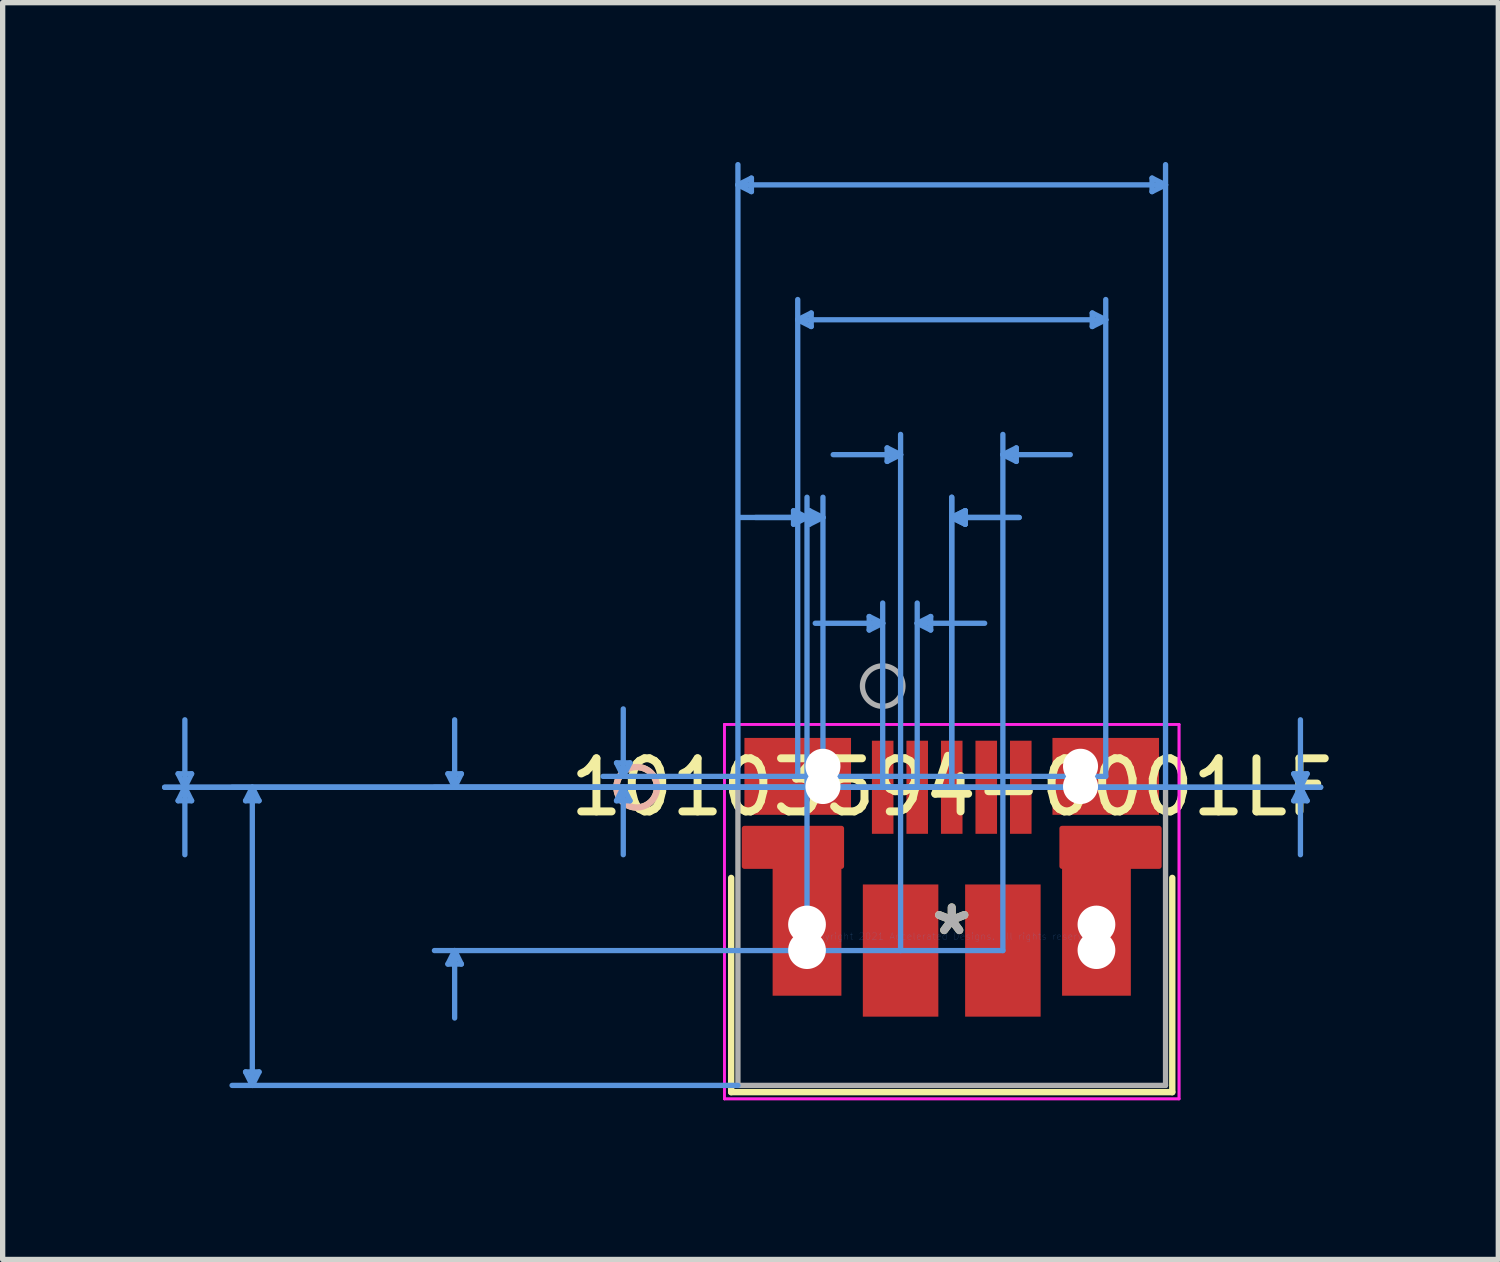
<source format=kicad_pcb>
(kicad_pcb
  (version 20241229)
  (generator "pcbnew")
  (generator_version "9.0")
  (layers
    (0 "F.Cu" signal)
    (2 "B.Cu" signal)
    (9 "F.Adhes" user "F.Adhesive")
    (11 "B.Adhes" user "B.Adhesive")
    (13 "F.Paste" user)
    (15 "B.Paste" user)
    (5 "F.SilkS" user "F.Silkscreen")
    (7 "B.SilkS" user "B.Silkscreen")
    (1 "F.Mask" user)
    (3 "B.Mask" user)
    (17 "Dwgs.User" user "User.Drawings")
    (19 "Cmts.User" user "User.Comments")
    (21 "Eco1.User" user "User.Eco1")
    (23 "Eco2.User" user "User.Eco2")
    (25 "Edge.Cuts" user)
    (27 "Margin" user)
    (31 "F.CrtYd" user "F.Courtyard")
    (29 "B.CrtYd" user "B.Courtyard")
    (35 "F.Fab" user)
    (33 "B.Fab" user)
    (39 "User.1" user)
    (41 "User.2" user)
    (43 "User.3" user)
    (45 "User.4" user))
  (footprint "10103594-0001LF"
    (layer "F.Cu")
    (at 14.871 14.581)
    (property "Reference" "10103594-0001LF" (at 0 -2.807 0) (layer "F.SilkS") (effects (font (size 1 1) (thickness 0.15))))
    (attr through_hole)
    (fp_poly (pts (xy -3.903 -2.031) (xy -3.903 -1.32) (xy -2.077 -1.32) (xy -2.077 -2.031)) (stroke (width 0.1) (type solid)) (fill yes) (layer "F.Cu"))
    (fp_poly (pts (xy 3.903 -2.031) (xy 3.903 -1.32) (xy 2.077 -1.32) (xy 2.077 -2.031)) (stroke (width 0.1) (type solid)) (fill yes) (layer "F.Cu"))
    (fp_poly (pts (xy -3.903 -2.031) (xy -3.903 -1.32) (xy -2.077 -1.32) (xy -2.077 -2.031)) (stroke (width 0.1) (type solid)) (fill yes) (layer "F.Mask"))
    (fp_poly (pts (xy 3.903 -2.031) (xy 3.903 -1.32) (xy 2.077 -1.32) (xy 2.077 -2.031)) (stroke (width 0.1) (type solid)) (fill yes) (layer "F.Mask"))
    (fp_line (start -4.153 -1.1) (end -4.153 2.934) (stroke (width 0.12) (type solid)) (layer "F.SilkS"))
    (fp_line (start -4.153 2.934) (end 4.153 2.934) (stroke (width 0.12) (type solid)) (layer "F.SilkS"))
    (fp_line (start 4.153 2.934) (end 4.153 -1.1) (stroke (width 0.12) (type solid)) (layer "F.SilkS"))
    (fp_circle (center -5.931 -2.807) (end -5.55 -2.807) (stroke (width 0.12) (type solid)) (fill no) (layer "F.SilkS"))
    (fp_circle (center -5.931 -2.807) (end -5.55 -2.807) (stroke (width 0.12) (type solid)) (fill no) (layer "B.SilkS"))
    (fp_poly (pts (xy -3.903 -2.031) (xy -3.903 -1.32) (xy -2.077 -1.32) (xy -2.077 -2.031)) (stroke (width 0.1) (type solid)) (fill yes) (layer "F.Paste"))
    (fp_poly (pts (xy 3.903 -2.031) (xy 3.903 -1.32) (xy 2.077 -1.32) (xy 2.077 -2.031)) (stroke (width 0.1) (type solid)) (fill yes) (layer "F.Paste"))
    (fp_line (start -14.567 -3.061) (end -14.313 -3.061) (stroke (width 0.1) (type solid)) (layer "Cmts.User"))
    (fp_line (start -14.567 -2.553) (end -14.313 -2.553) (stroke (width 0.1) (type solid)) (layer "Cmts.User"))
    (fp_line (start -14.44 -2.807) (end -14.567 -3.061) (stroke (width 0.1) (type solid)) (layer "Cmts.User"))
    (fp_line (start -14.44 -2.807) (end -14.567 -2.553) (stroke (width 0.1) (type solid)) (layer "Cmts.User"))
    (fp_line (start -14.44 -2.807) (end -14.44 -4.077) (stroke (width 0.1) (type solid)) (layer "Cmts.User"))
    (fp_line (start -14.44 -2.807) (end -14.44 -1.537) (stroke (width 0.1) (type solid)) (layer "Cmts.User"))
    (fp_line (start -14.44 -2.807) (end -14.313 -3.061) (stroke (width 0.1) (type solid)) (layer "Cmts.User"))
    (fp_line (start -14.44 -2.807) (end -14.313 -2.553) (stroke (width 0.1) (type solid)) (layer "Cmts.User"))
    (fp_line (start -13.297 -2.553) (end -13.043 -2.553) (stroke (width 0.1) (type solid)) (layer "Cmts.User"))
    (fp_line (start -13.297 2.553) (end -13.043 2.553) (stroke (width 0.1) (type solid)) (layer "Cmts.User"))
    (fp_line (start -13.17 -2.807) (end -13.297 -2.553) (stroke (width 0.1) (type solid)) (layer "Cmts.User"))
    (fp_line (start -13.17 -2.807) (end -13.17 2.807) (stroke (width 0.1) (type solid)) (layer "Cmts.User"))
    (fp_line (start -13.17 -2.807) (end -13.043 -2.553) (stroke (width 0.1) (type solid)) (layer "Cmts.User"))
    (fp_line (start -13.17 2.807) (end -13.297 2.553) (stroke (width 0.1) (type solid)) (layer "Cmts.User"))
    (fp_line (start -13.17 2.807) (end -13.043 2.553) (stroke (width 0.1) (type solid)) (layer "Cmts.User"))
    (fp_line (start -9.487 -3.061) (end -9.233 -3.061) (stroke (width 0.1) (type solid)) (layer "Cmts.User"))
    (fp_line (start -9.487 0.522) (end -9.233 0.522) (stroke (width 0.1) (type solid)) (layer "Cmts.User"))
    (fp_line (start -9.36 -2.807) (end -9.487 -3.061) (stroke (width 0.1) (type solid)) (layer "Cmts.User"))
    (fp_line (start -9.36 -2.807) (end -9.36 -4.077) (stroke (width 0.1) (type solid)) (layer "Cmts.User"))
    (fp_line (start -9.36 -2.807) (end -9.233 -3.061) (stroke (width 0.1) (type solid)) (layer "Cmts.User"))
    (fp_line (start -9.36 0.268) (end -9.487 0.522) (stroke (width 0.1) (type solid)) (layer "Cmts.User"))
    (fp_line (start -9.36 0.268) (end -9.36 1.538) (stroke (width 0.1) (type solid)) (layer "Cmts.User"))
    (fp_line (start -9.36 0.268) (end -9.233 0.522) (stroke (width 0.1) (type solid)) (layer "Cmts.User"))
    (fp_line (start -6.312 -3.266) (end -6.058 -3.266) (stroke (width 0.1) (type solid)) (layer "Cmts.User"))
    (fp_line (start -6.312 -2.553) (end -6.058 -2.553) (stroke (width 0.1) (type solid)) (layer "Cmts.User"))
    (fp_line (start -6.185 -3.012) (end -6.312 -3.266) (stroke (width 0.1) (type solid)) (layer "Cmts.User"))
    (fp_line (start -6.185 -3.012) (end -6.185 -4.282) (stroke (width 0.1) (type solid)) (layer "Cmts.User"))
    (fp_line (start -6.185 -3.012) (end -6.058 -3.266) (stroke (width 0.1) (type solid)) (layer "Cmts.User"))
    (fp_line (start -6.185 -2.807) (end -6.312 -2.553) (stroke (width 0.1) (type solid)) (layer "Cmts.User"))
    (fp_line (start -6.185 -2.807) (end -6.185 -1.537) (stroke (width 0.1) (type solid)) (layer "Cmts.User"))
    (fp_line (start -6.185 -2.807) (end -6.058 -2.553) (stroke (width 0.1) (type solid)) (layer "Cmts.User"))
    (fp_line (start -4.026 -14.15) (end -3.772 -14.277) (stroke (width 0.1) (type solid)) (layer "Cmts.User"))
    (fp_line (start -4.026 -14.15) (end -3.772 -14.023) (stroke (width 0.1) (type solid)) (layer "Cmts.User"))
    (fp_line (start -4.026 -14.15) (end 4.026 -14.15) (stroke (width 0.1) (type solid)) (layer "Cmts.User"))
    (fp_line (start -4.026 -2.807) (end -14.821 -2.807) (stroke (width 0.1) (type solid)) (layer "Cmts.User"))
    (fp_line (start -4.026 -2.807) (end -13.551 -2.807) (stroke (width 0.1) (type solid)) (layer "Cmts.User"))
    (fp_line (start -4.026 -2.807) (end -4.026 -14.531) (stroke (width 0.1) (type solid)) (layer "Cmts.User"))
    (fp_line (start -4.026 2.807) (end -13.551 2.807) (stroke (width 0.1) (type solid)) (layer "Cmts.User"))
    (fp_line (start -3.772 -14.277) (end -3.772 -14.023) (stroke (width 0.1) (type solid)) (layer "Cmts.User"))
    (fp_line (start -2.979 -8.014) (end -2.979 -7.76) (stroke (width 0.1) (type solid)) (layer "Cmts.User"))
    (fp_line (start -2.9 -11.61) (end -2.646 -11.737) (stroke (width 0.1) (type solid)) (layer "Cmts.User"))
    (fp_line (start -2.9 -11.61) (end -2.646 -11.483) (stroke (width 0.1) (type solid)) (layer "Cmts.User"))
    (fp_line (start -2.9 -11.61) (end 2.9 -11.61) (stroke (width 0.1) (type solid)) (layer "Cmts.User"))
    (fp_line (start -2.9 -3.012) (end -2.9 -11.991) (stroke (width 0.1) (type solid)) (layer "Cmts.User"))
    (fp_line (start -2.725 -7.887) (end -3.995 -7.887) (stroke (width 0.1) (type solid)) (layer "Cmts.User"))
    (fp_line (start -2.725 -7.887) (end -2.979 -8.014) (stroke (width 0.1) (type solid)) (layer "Cmts.User"))
    (fp_line (start -2.725 -7.887) (end -2.979 -7.76) (stroke (width 0.1) (type solid)) (layer "Cmts.User"))
    (fp_line (start -2.725 0.018) (end -2.725 -8.268) (stroke (width 0.1) (type solid)) (layer "Cmts.User"))
    (fp_line (start -2.679 -8.014) (end -2.679 -7.76) (stroke (width 0.1) (type solid)) (layer "Cmts.User"))
    (fp_line (start -2.646 -11.737) (end -2.646 -11.483) (stroke (width 0.1) (type solid)) (layer "Cmts.User"))
    (fp_line (start -2.425 -7.887) (end -3.695 -7.887) (stroke (width 0.1) (type solid)) (layer "Cmts.User"))
    (fp_line (start -2.425 -7.887) (end -2.679 -8.014) (stroke (width 0.1) (type solid)) (layer "Cmts.User"))
    (fp_line (start -2.425 -7.887) (end -2.679 -7.76) (stroke (width 0.1) (type solid)) (layer "Cmts.User"))
    (fp_line (start -2.425 -3.012) (end -2.425 -8.268) (stroke (width 0.1) (type solid)) (layer "Cmts.User"))
    (fp_line (start -1.554 -6.022) (end -1.554 -5.768) (stroke (width 0.1) (type solid)) (layer "Cmts.User"))
    (fp_line (start -1.3 -5.895) (end -2.57 -5.895) (stroke (width 0.1) (type solid)) (layer "Cmts.User"))
    (fp_line (start -1.3 -5.895) (end -1.554 -6.022) (stroke (width 0.1) (type solid)) (layer "Cmts.User"))
    (fp_line (start -1.3 -5.895) (end -1.554 -5.768) (stroke (width 0.1) (type solid)) (layer "Cmts.User"))
    (fp_line (start -1.3 -2.807) (end -1.3 -6.276) (stroke (width 0.1) (type solid)) (layer "Cmts.User"))
    (fp_line (start -1.3 -2.807) (end 6.947 -2.807) (stroke (width 0.1) (type solid)) (layer "Cmts.User"))
    (fp_line (start -1.3 -2.807) (end 6.947 -2.807) (stroke (width 0.1) (type solid)) (layer "Cmts.User"))
    (fp_line (start -1.216 -9.197) (end -1.216 -8.943) (stroke (width 0.1) (type solid)) (layer "Cmts.User"))
    (fp_line (start -0.963 -9.07) (end -2.232 -9.07) (stroke (width 0.1) (type solid)) (layer "Cmts.User"))
    (fp_line (start -0.963 -9.07) (end -1.216 -9.197) (stroke (width 0.1) (type solid)) (layer "Cmts.User"))
    (fp_line (start -0.963 -9.07) (end -1.216 -8.943) (stroke (width 0.1) (type solid)) (layer "Cmts.User"))
    (fp_line (start -0.963 0.268) (end -0.963 -9.451) (stroke (width 0.1) (type solid)) (layer "Cmts.User"))
    (fp_line (start -0.65 -5.895) (end -0.396 -6.022) (stroke (width 0.1) (type solid)) (layer "Cmts.User"))
    (fp_line (start -0.65 -5.895) (end -0.396 -5.768) (stroke (width 0.1) (type solid)) (layer "Cmts.User"))
    (fp_line (start -0.65 -5.895) (end 0.62 -5.895) (stroke (width 0.1) (type solid)) (layer "Cmts.User"))
    (fp_line (start -0.65 -2.807) (end -0.65 -6.276) (stroke (width 0.1) (type solid)) (layer "Cmts.User"))
    (fp_line (start -0.396 -6.022) (end -0.396 -5.768) (stroke (width 0.1) (type solid)) (layer "Cmts.User"))
    (fp_line (start 0 -7.887) (end 0.254 -8.014) (stroke (width 0.1) (type solid)) (layer "Cmts.User"))
    (fp_line (start 0 -7.887) (end 0.254 -8.014) (stroke (width 0.1) (type solid)) (layer "Cmts.User"))
    (fp_line (start 0 -7.887) (end 0.254 -7.76) (stroke (width 0.1) (type solid)) (layer "Cmts.User"))
    (fp_line (start 0 -7.887) (end 0.254 -7.76) (stroke (width 0.1) (type solid)) (layer "Cmts.User"))
    (fp_line (start 0 -7.887) (end 1.27 -7.887) (stroke (width 0.1) (type solid)) (layer "Cmts.User"))
    (fp_line (start 0 -7.887) (end 1.27 -7.887) (stroke (width 0.1) (type solid)) (layer "Cmts.User"))
    (fp_line (start 0 -2.807) (end -14.821 -2.807) (stroke (width 0.1) (type solid)) (layer "Cmts.User"))
    (fp_line (start 0 -2.807) (end -9.741 -2.807) (stroke (width 0.1) (type solid)) (layer "Cmts.User"))
    (fp_line (start 0 -2.807) (end -6.566 -2.807) (stroke (width 0.1) (type solid)) (layer "Cmts.User"))
    (fp_line (start 0 -2.807) (end 0 -8.268) (stroke (width 0.1) (type solid)) (layer "Cmts.User"))
    (fp_line (start 0 -2.807) (end 0 -8.268) (stroke (width 0.1) (type solid)) (layer "Cmts.User"))
    (fp_line (start 0.254 -8.014) (end 0.254 -7.76) (stroke (width 0.1) (type solid)) (layer "Cmts.User"))
    (fp_line (start 0.254 -8.014) (end 0.254 -7.76) (stroke (width 0.1) (type solid)) (layer "Cmts.User"))
    (fp_line (start 0.963 -9.07) (end 1.216 -9.197) (stroke (width 0.1) (type solid)) (layer "Cmts.User"))
    (fp_line (start 0.963 -9.07) (end 1.216 -8.943) (stroke (width 0.1) (type solid)) (layer "Cmts.User"))
    (fp_line (start 0.963 -9.07) (end 2.232 -9.07) (stroke (width 0.1) (type solid)) (layer "Cmts.User"))
    (fp_line (start 0.963 0.268) (end -9.741 0.268) (stroke (width 0.1) (type solid)) (layer "Cmts.User"))
    (fp_line (start 0.963 0.268) (end 0.963 -9.451) (stroke (width 0.1) (type solid)) (layer "Cmts.User"))
    (fp_line (start 1.216 -9.197) (end 1.216 -8.943) (stroke (width 0.1) (type solid)) (layer "Cmts.User"))
    (fp_line (start 2.646 -11.737) (end 2.646 -11.483) (stroke (width 0.1) (type solid)) (layer "Cmts.User"))
    (fp_line (start 2.9 -11.61) (end 2.646 -11.737) (stroke (width 0.1) (type solid)) (layer "Cmts.User"))
    (fp_line (start 2.9 -11.61) (end 2.646 -11.483) (stroke (width 0.1) (type solid)) (layer "Cmts.User"))
    (fp_line (start 2.9 -3.012) (end -6.566 -3.012) (stroke (width 0.1) (type solid)) (layer "Cmts.User"))
    (fp_line (start 2.9 -3.012) (end 2.9 -11.991) (stroke (width 0.1) (type solid)) (layer "Cmts.User"))
    (fp_line (start 3.772 -14.277) (end 3.772 -14.023) (stroke (width 0.1) (type solid)) (layer "Cmts.User"))
    (fp_line (start 4.026 -14.15) (end 3.772 -14.277) (stroke (width 0.1) (type solid)) (layer "Cmts.User"))
    (fp_line (start 4.026 -14.15) (end 3.772 -14.023) (stroke (width 0.1) (type solid)) (layer "Cmts.User"))
    (fp_line (start 4.026 -2.807) (end 4.026 -14.531) (stroke (width 0.1) (type solid)) (layer "Cmts.User"))
    (fp_line (start 6.439 -3.061) (end 6.693 -3.061) (stroke (width 0.1) (type solid)) (layer "Cmts.User"))
    (fp_line (start 6.439 -2.553) (end 6.693 -2.553) (stroke (width 0.1) (type solid)) (layer "Cmts.User"))
    (fp_line (start 6.566 -2.807) (end 6.439 -3.061) (stroke (width 0.1) (type solid)) (layer "Cmts.User"))
    (fp_line (start 6.566 -2.807) (end 6.439 -2.553) (stroke (width 0.1) (type solid)) (layer "Cmts.User"))
    (fp_line (start 6.566 -2.807) (end 6.566 -4.077) (stroke (width 0.1) (type solid)) (layer "Cmts.User"))
    (fp_line (start 6.566 -2.807) (end 6.566 -1.537) (stroke (width 0.1) (type solid)) (layer "Cmts.User"))
    (fp_line (start 6.566 -2.807) (end 6.693 -3.061) (stroke (width 0.1) (type solid)) (layer "Cmts.User"))
    (fp_line (start 6.566 -2.807) (end 6.693 -2.553) (stroke (width 0.1) (type solid)) (layer "Cmts.User"))
    (fp_line (start -4.28 -3.99) (end -4.28 3.061) (stroke (width 0.05) (type solid)) (layer "F.CrtYd"))
    (fp_line (start -4.28 -3.99) (end -4.28 3.061) (stroke (width 0.05) (type solid)) (layer "F.CrtYd"))
    (fp_line (start -4.28 3.061) (end 4.28 3.061) (stroke (width 0.05) (type solid)) (layer "F.CrtYd"))
    (fp_line (start -4.28 3.061) (end 4.28 3.061) (stroke (width 0.05) (type solid)) (layer "F.CrtYd"))
    (fp_line (start 4.28 -3.99) (end -4.28 -3.99) (stroke (width 0.05) (type solid)) (layer "F.CrtYd"))
    (fp_line (start 4.28 -3.99) (end -4.28 -3.99) (stroke (width 0.05) (type solid)) (layer "F.CrtYd"))
    (fp_line (start 4.28 3.061) (end 4.28 -3.99) (stroke (width 0.05) (type solid)) (layer "F.CrtYd"))
    (fp_line (start 4.28 3.061) (end 4.28 -3.99) (stroke (width 0.05) (type solid)) (layer "F.CrtYd"))
    (fp_line (start -4.026 -2.807) (end -4.026 2.807) (stroke (width 0.1) (type solid)) (layer "F.Fab"))
    (fp_line (start -4.026 2.807) (end 4.026 2.807) (stroke (width 0.1) (type solid)) (layer "F.Fab"))
    (fp_line (start 4.026 -2.807) (end -4.026 -2.807) (stroke (width 0.1) (type solid)) (layer "F.Fab"))
    (fp_line (start 4.026 2.807) (end 4.026 -2.807) (stroke (width 0.1) (type solid)) (layer "F.Fab"))
    (fp_circle (center -1.3 -4.712) (end -0.919 -4.712) (stroke (width 0.1) (type solid)) (fill no) (layer "F.Fab"))
    (fp_text user "*" (at 0 0 0) (layer "F.SilkS") (effects (font (size 1 1) (thickness 0.15))))
    (fp_text user "Copyright 2021 Accelerated Designs. All rights reserved." (at 0 0 0) (layer "Cmts.User") (effects (font (size 0.127 0.127) (thickness 0.002))))
    (fp_text user "*" (at 0 0 0) (layer "F.Fab") (effects (font (size 1 1) (thickness 0.15))))
    (pad "" np_thru_hole circle (at -2.725 -0.223) (size 0.711 0.711) (drill 0.711) (layers "*.Cu" "*.Mask"))
    (pad "" np_thru_hole circle (at -2.725 0.26) (size 0.711 0.711) (drill 0.711) (layers "*.Cu" "*.Mask"))
    (pad "" np_thru_hole circle (at -2.425 -3.202) (size 0.66 0.66) (drill 0.66) (layers "*.Cu" "*.Mask"))
    (pad "" np_thru_hole circle (at -2.425 -2.821) (size 0.66 0.66) (drill 0.66) (layers "*.Cu" "*.Mask"))
    (pad "" np_thru_hole circle (at 2.425 -3.202) (size 0.66 0.66) (drill 0.66) (layers "*.Cu" "*.Mask"))
    (pad "" np_thru_hole circle (at 2.425 -2.821) (size 0.66 0.66) (drill 0.66) (layers "*.Cu" "*.Mask"))
    (pad "" np_thru_hole circle (at 2.725 -0.223) (size 0.711 0.711) (drill 0.711) (layers "*.Cu" "*.Mask"))
    (pad "" np_thru_hole circle (at 2.725 0.26) (size 0.711 0.711) (drill 0.711) (layers "*.Cu" "*.Mask"))
    (pad "1" smd rect (at -1.3 -2.807) (size 0.406 1.753) (layers "F.Cu" "F.Mask" "F.Paste"))
    (pad "2" smd rect (at -0.65 -2.807) (size 0.406 1.753) (layers "F.Cu" "F.Mask" "F.Paste"))
    (pad "3" smd rect (at 0 -2.807) (size 0.406 1.753) (layers "F.Cu" "F.Mask" "F.Paste"))
    (pad "4" smd rect (at 0.65 -2.807) (size 0.406 1.753) (layers "F.Cu" "F.Mask" "F.Paste"))
    (pad "5" smd rect (at 1.3 -2.807) (size 0.406 1.753) (layers "F.Cu" "F.Mask" "F.Paste"))
    (pad "6" smd rect (at -2.9 -3.012) (size 2.007 1.448) (layers "F.Cu" "F.Mask" "F.Paste"))
    (pad "7" smd rect (at 2.9 -3.012) (size 2.007 1.448) (layers "F.Cu" "F.Mask" "F.Paste"))
    (pad "8" smd rect (at -0.963 0.268) (size 1.422 2.489) (layers "F.Cu" "F.Mask" "F.Paste"))
    (pad "9" smd rect (at 0.963 0.268) (size 1.422 2.489) (layers "F.Cu" "F.Mask" "F.Paste"))
    (pad "10" smd rect (at -2.725 -0.457) (size 1.295 3.15) (layers "F.Cu" "F.Mask" "F.Paste"))
    (pad "12" smd rect (at 2.725 -0.457) (size 1.295 3.15) (layers "F.Cu" "F.Mask" "F.Paste")))
  (gr_rect
    (start -3 -3)
    (end 25.163 20.666)
    (stroke (width 0.1) (type default))
    (fill no)
    (layer "Edge.Cuts")))
</source>
